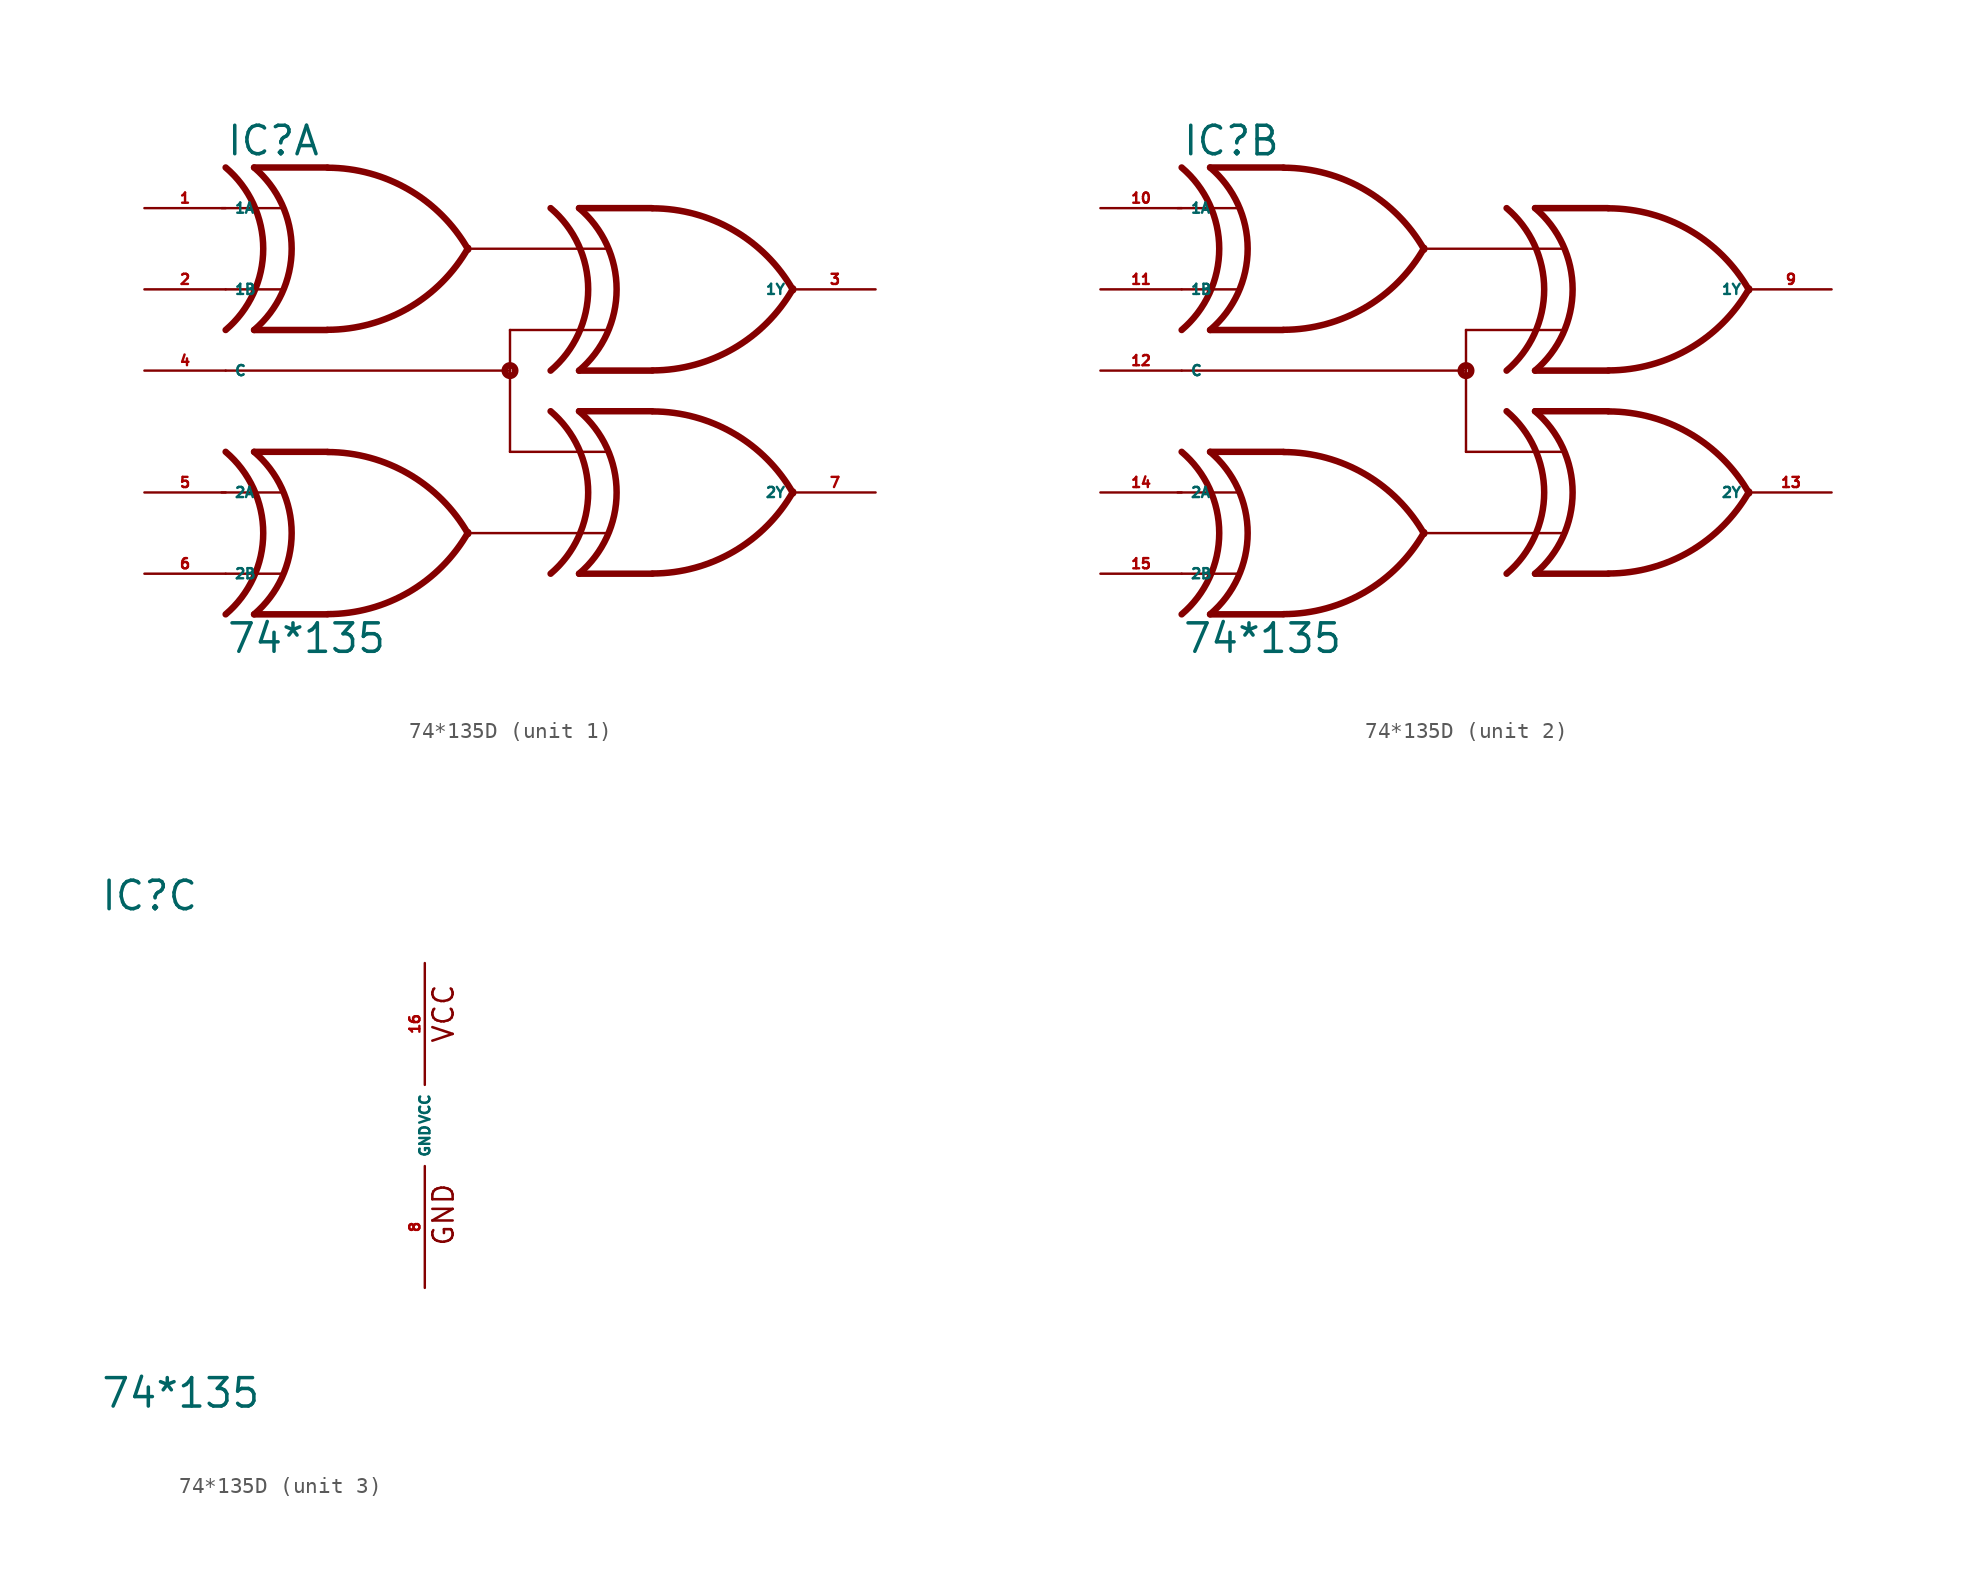
<source format=kicad_sym>
(kicad_symbol_lib
  (version 20220914)
  (generator Eagle2Kicad)
  (symbol "74*135D"
    (property "Reference" "IC"
      (at -20.32 13.335 0)
      (effects (font (size 1.778 1.778) (thickness 0.22)) (justify left bottom)))
    (property "Value" "74*135"
      (at -20.32 -17.78 0)
      (effects (font (size 1.778 1.778) (thickness 0.22)) (justify left bottom)))
    (symbol "74*135D_1_0"
      (polyline (pts (xy -13.97 -5.08) (xy -18.542 -5.08)) (stroke (width 0.406) (type default)) (fill (type none)))
      (polyline (pts (xy -13.97 -15.24) (xy -18.542 -15.24)) (stroke (width 0.406) (type default)) (fill (type none)))
      (polyline (pts (xy -20.574 -7.62) (xy -16.764 -7.62)) (stroke (width 0.152) (type default)) (fill (type none)))
      (polyline (pts (xy -20.32 -12.7) (xy -16.764 -12.7)) (stroke (width 0.152) (type default)) (fill (type none)))
      (arc (start -13.9446 -15.2278) (mid -8.863 -13.849) (end -5.1559 -10.1092) (stroke (width 0.4064) (type default)) (fill (type none)))
      (arc (start -5.156 -10.2107) (mid -8.863 -6.471) (end -13.9446 -5.0922) (stroke (width 0.4064) (type default)) (fill (type none)))
      (arc (start -18.542 -15.24) (mid -16.193 -10.160) (end -18.542 -5.08) (stroke (width 0.4064) (type default)) (fill (type none)))
      (arc (start -20.32 -15.24) (mid -17.971 -10.160) (end -20.32 -5.08) (stroke (width 0.4064) (type default)) (fill (type none)))
      (polyline (pts (xy -13.97 12.7) (xy -18.542 12.7)) (stroke (width 0.406) (type default)) (fill (type none)))
      (polyline (pts (xy -13.97 2.54) (xy -18.542 2.54)) (stroke (width 0.406) (type default)) (fill (type none)))
      (polyline (pts (xy -20.574 10.16) (xy -16.764 10.16)) (stroke (width 0.152) (type default)) (fill (type none)))
      (polyline (pts (xy -20.32 5.08) (xy -16.764 5.08)) (stroke (width 0.152) (type default)) (fill (type none)))
      (arc (start -13.9446 2.5522) (mid -8.863 3.931) (end -5.1559 7.6705) (stroke (width 0.4064) (type default)) (fill (type none)))
      (arc (start -5.1558 7.5694) (mid -8.863 11.309) (end -13.9446 12.6878) (stroke (width 0.4064) (type default)) (fill (type none)))
      (arc (start -18.542 2.54) (mid -16.193 7.620) (end -18.542 12.7) (stroke (width 0.4064) (type default)) (fill (type none)))
      (arc (start -20.32 2.54) (mid -17.971 7.620) (end -20.32 12.7) (stroke (width 0.4064) (type default)) (fill (type none)))
      (polyline (pts (xy 6.35 10.16) (xy 1.778 10.16)) (stroke (width 0.406) (type default)) (fill (type none)))
      (polyline (pts (xy 6.35 0) (xy 1.778 0)) (stroke (width 0.406) (type default)) (fill (type none)))
      (arc (start 6.3754 0.0122) (mid 11.457 1.391) (end 15.1637 5.1308) (stroke (width 0.4064) (type default)) (fill (type none)))
      (arc (start 15.1639 5.0293) (mid 11.457 8.769) (end 6.3754 10.1478) (stroke (width 0.4064) (type default)) (fill (type none)))
      (arc (start 1.778 0) (mid 4.127 5.080) (end 1.778 10.16) (stroke (width 0.4064) (type default)) (fill (type none)))
      (arc (start 0 0) (mid 2.349 5.080) (end 0 10.16) (stroke (width 0.4064) (type default)) (fill (type none)))
      (polyline (pts (xy 6.35 -2.54) (xy 1.778 -2.54)) (stroke (width 0.406) (type default)) (fill (type none)))
      (polyline (pts (xy 6.35 -12.7) (xy 1.778 -12.7)) (stroke (width 0.406) (type default)) (fill (type none)))
      (arc (start 6.3754 -12.6878) (mid 11.457 -11.309) (end 15.1637 -7.5691) (stroke (width 0.4064) (type default)) (fill (type none)))
      (arc (start 15.1636 -7.671) (mid 11.457 -3.931) (end 6.3754 -2.5522) (stroke (width 0.4064) (type default)) (fill (type none)))
      (arc (start 1.778 -12.7) (mid 4.127 -7.620) (end 1.778 -2.54) (stroke (width 0.4064) (type default)) (fill (type none)))
      (arc (start 0 -12.7) (mid 2.349 -7.620) (end 0 -2.54) (stroke (width 0.4064) (type default)) (fill (type none)))
      (polyline (pts (xy -5.08 -10.16) (xy 3.556 -10.16)) (stroke (width 0.152) (type default)) (fill (type none)))
      (polyline (pts (xy -2.54 -5.08) (xy 3.556 -5.08)) (stroke (width 0.152) (type default)) (fill (type none)))
      (polyline (pts (xy -2.54 2.54) (xy 3.556 2.54)) (stroke (width 0.152) (type default)) (fill (type none)))
      (polyline (pts (xy -5.08 7.62) (xy 3.556 7.62)) (stroke (width 0.152) (type default)) (fill (type none)))
      (polyline (pts (xy -2.54 0) (xy -20.32 0)) (stroke (width 0.152) (type default)) (fill (type none)))
      (polyline (pts (xy -2.54 2.54) (xy -2.54 0)) (stroke (width 0.152) (type default)) (fill (type none)))
      (polyline (pts (xy -2.54 0) (xy -2.54 -5.08)) (stroke (width 0.152) (type default)) (fill (type none)))
      (circle (center -2.54 0) (radius 0.127) (stroke (width 0.406) (type default)) (fill (type none)))
      (pin input line (at -25.4 10.16 0) (length 5.08) (name "1A" (effects (font (size 0.635 0.635) (thickness 0.08)) (justify left bottom))) (number "1" (effects (font (size 0.635 0.635) (thickness 0.08)) (justify left bottom))))
      (pin input line (at -25.4 5.08 0) (length 5.08) (name "1B" (effects (font (size 0.635 0.635) (thickness 0.08)) (justify left bottom))) (number "2" (effects (font (size 0.635 0.635) (thickness 0.08)) (justify left bottom))))
      (pin output line (at 20.32 5.08 180) (length 5.08) (name "1Y" (effects (font (size 0.635 0.635) (thickness 0.08)) (justify left bottom))) (number "3" (effects (font (size 0.635 0.635) (thickness 0.08)) (justify left bottom))))
      (pin input line (at -25.4 0 0) (length 5.08) (name "C" (effects (font (size 0.635 0.635) (thickness 0.08)) (justify left bottom))) (number "4" (effects (font (size 0.635 0.635) (thickness 0.08)) (justify left bottom))))
      (pin input line (at -25.4 -7.62 0) (length 5.08) (name "2A" (effects (font (size 0.635 0.635) (thickness 0.08)) (justify left bottom))) (number "5" (effects (font (size 0.635 0.635) (thickness 0.08)) (justify left bottom))))
      (pin input line (at -25.4 -12.7 0) (length 5.08) (name "2B" (effects (font (size 0.635 0.635) (thickness 0.08)) (justify left bottom))) (number "6" (effects (font (size 0.635 0.635) (thickness 0.08)) (justify left bottom))))
      (pin output line (at 20.32 -7.62 180) (length 5.08) (name "2Y" (effects (font (size 0.635 0.635) (thickness 0.08)) (justify left bottom))) (number "7" (effects (font (size 0.635 0.635) (thickness 0.08)) (justify left bottom)))))
    (symbol "74*135D_2_0"
      (polyline (pts (xy -13.97 -5.08) (xy -18.542 -5.08)) (stroke (width 0.406) (type default)) (fill (type none)))
      (polyline (pts (xy -13.97 -15.24) (xy -18.542 -15.24)) (stroke (width 0.406) (type default)) (fill (type none)))
      (polyline (pts (xy -20.574 -7.62) (xy -16.764 -7.62)) (stroke (width 0.152) (type default)) (fill (type none)))
      (polyline (pts (xy -20.32 -12.7) (xy -16.764 -12.7)) (stroke (width 0.152) (type default)) (fill (type none)))
      (arc (start -13.9446 -15.2278) (mid -8.863 -13.849) (end -5.1559 -10.1092) (stroke (width 0.4064) (type default)) (fill (type none)))
      (arc (start -5.156 -10.2107) (mid -8.863 -6.471) (end -13.9446 -5.0922) (stroke (width 0.4064) (type default)) (fill (type none)))
      (arc (start -18.542 -15.24) (mid -16.193 -10.160) (end -18.542 -5.08) (stroke (width 0.4064) (type default)) (fill (type none)))
      (arc (start -20.32 -15.24) (mid -17.971 -10.160) (end -20.32 -5.08) (stroke (width 0.4064) (type default)) (fill (type none)))
      (polyline (pts (xy -13.97 12.7) (xy -18.542 12.7)) (stroke (width 0.406) (type default)) (fill (type none)))
      (polyline (pts (xy -13.97 2.54) (xy -18.542 2.54)) (stroke (width 0.406) (type default)) (fill (type none)))
      (polyline (pts (xy -20.574 10.16) (xy -16.764 10.16)) (stroke (width 0.152) (type default)) (fill (type none)))
      (polyline (pts (xy -20.32 5.08) (xy -16.764 5.08)) (stroke (width 0.152) (type default)) (fill (type none)))
      (arc (start -13.9446 2.5522) (mid -8.863 3.931) (end -5.1559 7.6705) (stroke (width 0.4064) (type default)) (fill (type none)))
      (arc (start -5.1558 7.5694) (mid -8.863 11.309) (end -13.9446 12.6878) (stroke (width 0.4064) (type default)) (fill (type none)))
      (arc (start -18.542 2.54) (mid -16.193 7.620) (end -18.542 12.7) (stroke (width 0.4064) (type default)) (fill (type none)))
      (arc (start -20.32 2.54) (mid -17.971 7.620) (end -20.32 12.7) (stroke (width 0.4064) (type default)) (fill (type none)))
      (polyline (pts (xy 6.35 10.16) (xy 1.778 10.16)) (stroke (width 0.406) (type default)) (fill (type none)))
      (polyline (pts (xy 6.35 0) (xy 1.778 0)) (stroke (width 0.406) (type default)) (fill (type none)))
      (arc (start 6.3754 0.0122) (mid 11.457 1.391) (end 15.1637 5.1308) (stroke (width 0.4064) (type default)) (fill (type none)))
      (arc (start 15.1639 5.0293) (mid 11.457 8.769) (end 6.3754 10.1478) (stroke (width 0.4064) (type default)) (fill (type none)))
      (arc (start 1.778 0) (mid 4.127 5.080) (end 1.778 10.16) (stroke (width 0.4064) (type default)) (fill (type none)))
      (arc (start 0 0) (mid 2.349 5.080) (end 0 10.16) (stroke (width 0.4064) (type default)) (fill (type none)))
      (polyline (pts (xy 6.35 -2.54) (xy 1.778 -2.54)) (stroke (width 0.406) (type default)) (fill (type none)))
      (polyline (pts (xy 6.35 -12.7) (xy 1.778 -12.7)) (stroke (width 0.406) (type default)) (fill (type none)))
      (arc (start 6.3754 -12.6878) (mid 11.457 -11.309) (end 15.1637 -7.5691) (stroke (width 0.4064) (type default)) (fill (type none)))
      (arc (start 15.1636 -7.671) (mid 11.457 -3.931) (end 6.3754 -2.5522) (stroke (width 0.4064) (type default)) (fill (type none)))
      (arc (start 1.778 -12.7) (mid 4.127 -7.620) (end 1.778 -2.54) (stroke (width 0.4064) (type default)) (fill (type none)))
      (arc (start 0 -12.7) (mid 2.349 -7.620) (end 0 -2.54) (stroke (width 0.4064) (type default)) (fill (type none)))
      (polyline (pts (xy -5.08 -10.16) (xy 3.556 -10.16)) (stroke (width 0.152) (type default)) (fill (type none)))
      (polyline (pts (xy -2.54 -5.08) (xy 3.556 -5.08)) (stroke (width 0.152) (type default)) (fill (type none)))
      (polyline (pts (xy -2.54 2.54) (xy 3.556 2.54)) (stroke (width 0.152) (type default)) (fill (type none)))
      (polyline (pts (xy -5.08 7.62) (xy 3.556 7.62)) (stroke (width 0.152) (type default)) (fill (type none)))
      (polyline (pts (xy -2.54 0) (xy -20.32 0)) (stroke (width 0.152) (type default)) (fill (type none)))
      (polyline (pts (xy -2.54 2.54) (xy -2.54 0)) (stroke (width 0.152) (type default)) (fill (type none)))
      (polyline (pts (xy -2.54 0) (xy -2.54 -5.08)) (stroke (width 0.152) (type default)) (fill (type none)))
      (circle (center -2.54 0) (radius 0.127) (stroke (width 0.406) (type default)) (fill (type none)))
      (pin input line (at -25.4 10.16 0) (length 5.08) (name "1A" (effects (font (size 0.635 0.635) (thickness 0.08)) (justify left bottom))) (number "10" (effects (font (size 0.635 0.635) (thickness 0.08)) (justify left bottom))))
      (pin input line (at -25.4 5.08 0) (length 5.08) (name "1B" (effects (font (size 0.635 0.635) (thickness 0.08)) (justify left bottom))) (number "11" (effects (font (size 0.635 0.635) (thickness 0.08)) (justify left bottom))))
      (pin output line (at 20.32 5.08 180) (length 5.08) (name "1Y" (effects (font (size 0.635 0.635) (thickness 0.08)) (justify left bottom))) (number "9" (effects (font (size 0.635 0.635) (thickness 0.08)) (justify left bottom))))
      (pin input line (at -25.4 0 0) (length 5.08) (name "C" (effects (font (size 0.635 0.635) (thickness 0.08)) (justify left bottom))) (number "12" (effects (font (size 0.635 0.635) (thickness 0.08)) (justify left bottom))))
      (pin input line (at -25.4 -7.62 0) (length 5.08) (name "2A" (effects (font (size 0.635 0.635) (thickness 0.08)) (justify left bottom))) (number "14" (effects (font (size 0.635 0.635) (thickness 0.08)) (justify left bottom))))
      (pin input line (at -25.4 -12.7 0) (length 5.08) (name "2B" (effects (font (size 0.635 0.635) (thickness 0.08)) (justify left bottom))) (number "15" (effects (font (size 0.635 0.635) (thickness 0.08)) (justify left bottom))))
      (pin output line (at 20.32 -7.62 180) (length 5.08) (name "2Y" (effects (font (size 0.635 0.635) (thickness 0.08)) (justify left bottom))) (number "13" (effects (font (size 0.635 0.635) (thickness 0.08)) (justify left bottom)))))
    (symbol "74*135D_3_0"
      (text "GND" (at 1.905 -7.62 900) (effects (font (size 1.27 1.27) (thickness 0.16)) (justify left bottom)))
      (text "VCC" (at 1.905 5.08 900) (effects (font (size 1.27 1.27) (thickness 0.16)) (justify left bottom)))
      (pin unspecified line (at 0 -10.16 90) (length 7.62) (name "GND" (effects (font (size 0.635 0.635) (thickness 0.08)) (justify left bottom))) (number "8" (effects (font (size 0.635 0.635) (thickness 0.08)) (justify left bottom))))
      (pin unspecified line (at 0 10.16 270) (length 7.62) (name "VCC" (effects (font (size 0.635 0.635) (thickness 0.08)) (justify left bottom))) (number "16" (effects (font (size 0.635 0.635) (thickness 0.08)) (justify left bottom)))))))
</source>
